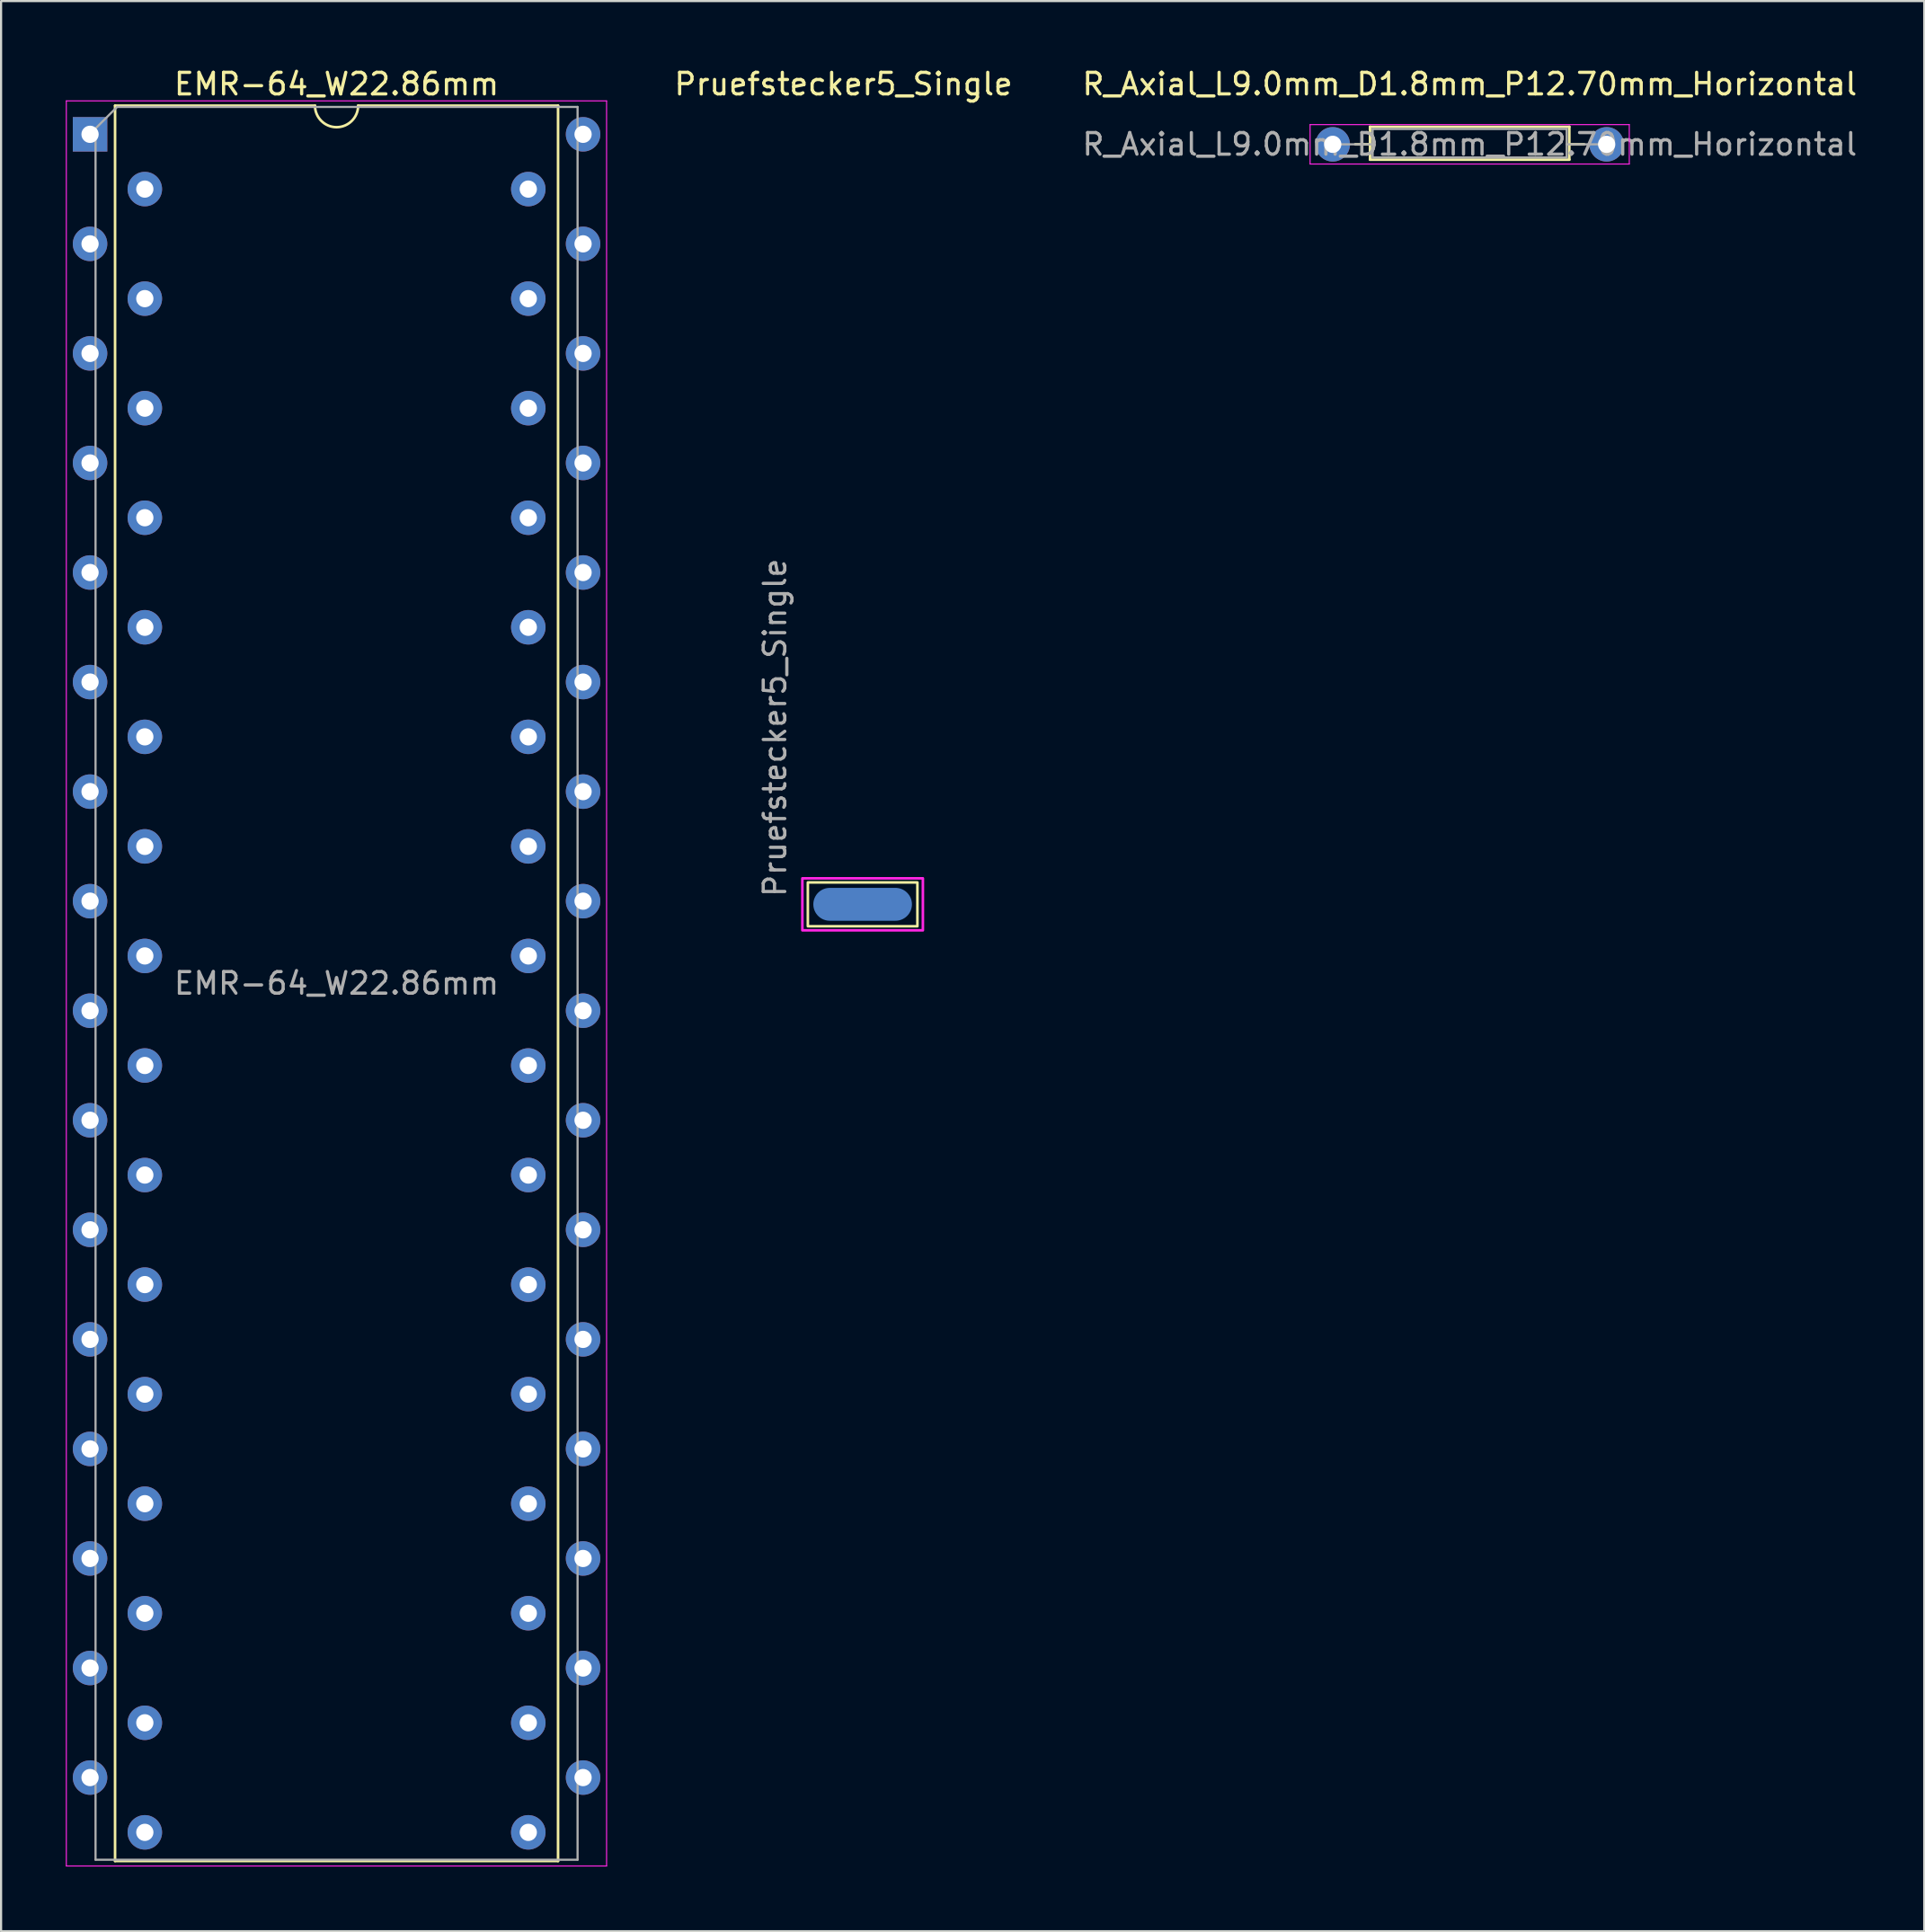
<source format=kicad_pcb>
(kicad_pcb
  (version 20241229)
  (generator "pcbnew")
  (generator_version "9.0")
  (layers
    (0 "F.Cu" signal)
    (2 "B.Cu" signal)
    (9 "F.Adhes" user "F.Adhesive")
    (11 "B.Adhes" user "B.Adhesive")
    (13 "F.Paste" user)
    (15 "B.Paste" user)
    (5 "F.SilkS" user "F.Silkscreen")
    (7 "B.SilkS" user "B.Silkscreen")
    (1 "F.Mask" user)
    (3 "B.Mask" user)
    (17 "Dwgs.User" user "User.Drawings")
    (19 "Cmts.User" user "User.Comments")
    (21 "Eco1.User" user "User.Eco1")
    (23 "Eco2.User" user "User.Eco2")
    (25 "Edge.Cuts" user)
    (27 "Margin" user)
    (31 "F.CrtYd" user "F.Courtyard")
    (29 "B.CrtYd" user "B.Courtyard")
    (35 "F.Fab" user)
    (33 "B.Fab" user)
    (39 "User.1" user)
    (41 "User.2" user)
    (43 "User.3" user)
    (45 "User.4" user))
  (footprint "Pruefstecker5_Single"
    (layer "F.Cu")
    (at 34.153 38.948)
    (property "Reference" "Pruefstecker5_Single" (at 1.905 -38.1 0) (unlocked yes) (layer "F.SilkS") (effects (font (size 1 1) (thickness 0.15))))
    (property "Value" "Pruefstecker5_Single" (at -1.27 8.89 90) (unlocked yes) (layer "F.Fab") (hide yes) (effects (font (size 1 1) (thickness 0.15))))
    (fp_rect (start 0.254 -1.079) (end 5.334 0.953) (stroke (width 0.12) (type solid)) (fill no) (layer "F.SilkS"))
    (fp_rect (start 0 -1.27) (end 5.588 1.143) (stroke (width 0.12) (type solid)) (fill no) (layer "F.CrtYd"))
    (fp_text user "${VALUE}" (at -1.27 -8.255 90) (unlocked yes) (layer "F.Fab") (effects (font (size 1 1) (thickness 0.15))))
    (pad "1" connect oval (at 2.794 -0.064) (size 4.572 1.524) (layers "B.Cu" "B.Mask")))
  (footprint "EMR-64_W22.86mm"
    (layer "F.Cu")
    (at 1.125 3.178)
    (property "Reference" "EMR-64_W22.86mm" (at 11.43 -2.33 0) (layer "F.SilkS") (effects (font (size 1 1) (thickness 0.15))))
    (attr through_hole)
    (fp_line (start 1.16 -1.33) (end 1.16 80.07) (stroke (width 0.12) (type solid)) (layer "F.SilkS"))
    (fp_line (start 1.16 80.07) (end 21.7 80.07) (stroke (width 0.12) (type solid)) (layer "F.SilkS"))
    (fp_line (start 10.43 -1.33) (end 1.16 -1.33) (stroke (width 0.12) (type solid)) (layer "F.SilkS"))
    (fp_line (start 21.7 -1.33) (end 12.43 -1.33) (stroke (width 0.12) (type solid)) (layer "F.SilkS"))
    (fp_line (start 21.7 80.07) (end 21.7 -1.33) (stroke (width 0.12) (type solid)) (layer "F.SilkS"))
    (fp_arc (start 12.43 -1.33) (mid 11.43 -0.33) (end 10.43 -1.33) (stroke (width 0.12) (type solid)) (layer "F.SilkS"))
    (fp_line (start -1.1 -1.55) (end -1.1 80.3) (stroke (width 0.05) (type solid)) (layer "F.CrtYd"))
    (fp_line (start -1.1 80.3) (end 23.95 80.3) (stroke (width 0.05) (type solid)) (layer "F.CrtYd"))
    (fp_line (start 23.95 -1.55) (end -1.1 -1.55) (stroke (width 0.05) (type solid)) (layer "F.CrtYd"))
    (fp_line (start 23.95 80.3) (end 23.95 -1.55) (stroke (width 0.05) (type solid)) (layer "F.CrtYd"))
    (fp_line (start 0.255 -0.27) (end 1.255 -1.27) (stroke (width 0.1) (type solid)) (layer "F.Fab"))
    (fp_line (start 0.255 80.01) (end 0.255 -0.27) (stroke (width 0.1) (type solid)) (layer "F.Fab"))
    (fp_line (start 1.255 -1.27) (end 22.605 -1.27) (stroke (width 0.1) (type solid)) (layer "F.Fab"))
    (fp_line (start 22.605 -1.27) (end 22.605 80.01) (stroke (width 0.1) (type solid)) (layer "F.Fab"))
    (fp_line (start 22.605 80.01) (end 0.255 80.01) (stroke (width 0.1) (type solid)) (layer "F.Fab"))
    (fp_text user "${REFERENCE}" (at 11.43 39.37 0) (layer "F.Fab") (effects (font (size 1 1) (thickness 0.15))))
    (pad "1" thru_hole rect (at 0 0) (size 1.6 1.6) (drill 0.8) (layers "*.Cu" "*.Mask"))
    (pad "2" thru_hole oval (at 2.54 2.54) (size 1.6 1.6) (drill 0.8) (layers "*.Cu" "*.Mask"))
    (pad "3" thru_hole oval (at 0 5.08) (size 1.6 1.6) (drill 0.8) (layers "*.Cu" "*.Mask"))
    (pad "4" thru_hole oval (at 2.54 7.62) (size 1.6 1.6) (drill 0.8) (layers "*.Cu" "*.Mask"))
    (pad "5" thru_hole oval (at 0 10.16) (size 1.6 1.6) (drill 0.8) (layers "*.Cu" "*.Mask"))
    (pad "6" thru_hole oval (at 2.54 12.7) (size 1.6 1.6) (drill 0.8) (layers "*.Cu" "*.Mask"))
    (pad "7" thru_hole oval (at 0 15.24) (size 1.6 1.6) (drill 0.8) (layers "*.Cu" "*.Mask"))
    (pad "8" thru_hole oval (at 2.54 17.78) (size 1.6 1.6) (drill 0.8) (layers "*.Cu" "*.Mask"))
    (pad "9" thru_hole oval (at 0 20.32) (size 1.6 1.6) (drill 0.8) (layers "*.Cu" "*.Mask"))
    (pad "10" thru_hole oval (at 2.54 22.86) (size 1.6 1.6) (drill 0.8) (layers "*.Cu" "*.Mask"))
    (pad "11" thru_hole oval (at 0 25.4) (size 1.6 1.6) (drill 0.8) (layers "*.Cu" "*.Mask"))
    (pad "12" thru_hole oval (at 2.54 27.94) (size 1.6 1.6) (drill 0.8) (layers "*.Cu" "*.Mask"))
    (pad "13" thru_hole oval (at 0 30.48) (size 1.6 1.6) (drill 0.8) (layers "*.Cu" "*.Mask"))
    (pad "14" thru_hole oval (at 2.54 33.02) (size 1.6 1.6) (drill 0.8) (layers "*.Cu" "*.Mask"))
    (pad "15" thru_hole oval (at 0 35.56) (size 1.6 1.6) (drill 0.8) (layers "*.Cu" "*.Mask"))
    (pad "16" thru_hole oval (at 2.54 38.1) (size 1.6 1.6) (drill 0.8) (layers "*.Cu" "*.Mask"))
    (pad "17" thru_hole oval (at 0 40.64) (size 1.6 1.6) (drill 0.8) (layers "*.Cu" "*.Mask"))
    (pad "18" thru_hole oval (at 2.54 43.18) (size 1.6 1.6) (drill 0.8) (layers "*.Cu" "*.Mask"))
    (pad "19" thru_hole oval (at 0 45.72) (size 1.6 1.6) (drill 0.8) (layers "*.Cu" "*.Mask"))
    (pad "20" thru_hole oval (at 2.54 48.26) (size 1.6 1.6) (drill 0.8) (layers "*.Cu" "*.Mask"))
    (pad "21" thru_hole oval (at 0 50.8) (size 1.6 1.6) (drill 0.8) (layers "*.Cu" "*.Mask"))
    (pad "22" thru_hole oval (at 2.54 53.34) (size 1.6 1.6) (drill 0.8) (layers "*.Cu" "*.Mask"))
    (pad "23" thru_hole oval (at 0 55.88) (size 1.6 1.6) (drill 0.8) (layers "*.Cu" "*.Mask"))
    (pad "24" thru_hole oval (at 2.54 58.42) (size 1.6 1.6) (drill 0.8) (layers "*.Cu" "*.Mask"))
    (pad "25" thru_hole oval (at 0 60.96) (size 1.6 1.6) (drill 0.8) (layers "*.Cu" "*.Mask"))
    (pad "26" thru_hole oval (at 2.54 63.5) (size 1.6 1.6) (drill 0.8) (layers "*.Cu" "*.Mask"))
    (pad "27" thru_hole oval (at 0 66.04) (size 1.6 1.6) (drill 0.8) (layers "*.Cu" "*.Mask"))
    (pad "28" thru_hole oval (at 2.54 68.58) (size 1.6 1.6) (drill 0.8) (layers "*.Cu" "*.Mask"))
    (pad "29" thru_hole oval (at 0 71.12) (size 1.6 1.6) (drill 0.8) (layers "*.Cu" "*.Mask"))
    (pad "30" thru_hole oval (at 2.54 73.66) (size 1.6 1.6) (drill 0.8) (layers "*.Cu" "*.Mask"))
    (pad "31" thru_hole oval (at 0 76.2) (size 1.6 1.6) (drill 0.8) (layers "*.Cu" "*.Mask"))
    (pad "32" thru_hole oval (at 2.54 78.74) (size 1.6 1.6) (drill 0.8) (layers "*.Cu" "*.Mask"))
    (pad "33" thru_hole oval (at 20.32 78.74) (size 1.6 1.6) (drill 0.8) (layers "*.Cu" "*.Mask"))
    (pad "34" thru_hole oval (at 22.86 76.2) (size 1.6 1.6) (drill 0.8) (layers "*.Cu" "*.Mask"))
    (pad "35" thru_hole oval (at 20.32 73.66) (size 1.6 1.6) (drill 0.8) (layers "*.Cu" "*.Mask"))
    (pad "36" thru_hole oval (at 22.86 71.12) (size 1.6 1.6) (drill 0.8) (layers "*.Cu" "*.Mask"))
    (pad "37" thru_hole oval (at 20.32 68.58) (size 1.6 1.6) (drill 0.8) (layers "*.Cu" "*.Mask"))
    (pad "38" thru_hole oval (at 22.86 66.04) (size 1.6 1.6) (drill 0.8) (layers "*.Cu" "*.Mask"))
    (pad "39" thru_hole oval (at 20.32 63.5) (size 1.6 1.6) (drill 0.8) (layers "*.Cu" "*.Mask"))
    (pad "40" thru_hole oval (at 22.86 60.96) (size 1.6 1.6) (drill 0.8) (layers "*.Cu" "*.Mask"))
    (pad "41" thru_hole oval (at 20.32 58.42) (size 1.6 1.6) (drill 0.8) (layers "*.Cu" "*.Mask"))
    (pad "42" thru_hole oval (at 22.86 55.88) (size 1.6 1.6) (drill 0.8) (layers "*.Cu" "*.Mask"))
    (pad "43" thru_hole oval (at 20.32 53.34) (size 1.6 1.6) (drill 0.8) (layers "*.Cu" "*.Mask"))
    (pad "44" thru_hole oval (at 22.86 50.8) (size 1.6 1.6) (drill 0.8) (layers "*.Cu" "*.Mask"))
    (pad "45" thru_hole oval (at 20.32 48.26) (size 1.6 1.6) (drill 0.8) (layers "*.Cu" "*.Mask"))
    (pad "46" thru_hole oval (at 22.86 45.72) (size 1.6 1.6) (drill 0.8) (layers "*.Cu" "*.Mask"))
    (pad "47" thru_hole oval (at 20.32 43.18) (size 1.6 1.6) (drill 0.8) (layers "*.Cu" "*.Mask"))
    (pad "48" thru_hole oval (at 22.86 40.64) (size 1.6 1.6) (drill 0.8) (layers "*.Cu" "*.Mask"))
    (pad "49" thru_hole oval (at 20.32 38.1) (size 1.6 1.6) (drill 0.8) (layers "*.Cu" "*.Mask"))
    (pad "50" thru_hole oval (at 22.86 35.56) (size 1.6 1.6) (drill 0.8) (layers "*.Cu" "*.Mask"))
    (pad "51" thru_hole oval (at 20.32 33.02) (size 1.6 1.6) (drill 0.8) (layers "*.Cu" "*.Mask"))
    (pad "52" thru_hole oval (at 22.86 30.48) (size 1.6 1.6) (drill 0.8) (layers "*.Cu" "*.Mask"))
    (pad "53" thru_hole oval (at 20.32 27.94) (size 1.6 1.6) (drill 0.8) (layers "*.Cu" "*.Mask"))
    (pad "54" thru_hole oval (at 22.86 25.4) (size 1.6 1.6) (drill 0.8) (layers "*.Cu" "*.Mask"))
    (pad "55" thru_hole oval (at 20.32 22.86) (size 1.6 1.6) (drill 0.8) (layers "*.Cu" "*.Mask"))
    (pad "56" thru_hole oval (at 22.86 20.32) (size 1.6 1.6) (drill 0.8) (layers "*.Cu" "*.Mask"))
    (pad "57" thru_hole oval (at 20.32 17.78) (size 1.6 1.6) (drill 0.8) (layers "*.Cu" "*.Mask"))
    (pad "58" thru_hole oval (at 22.86 15.24) (size 1.6 1.6) (drill 0.8) (layers "*.Cu" "*.Mask"))
    (pad "59" thru_hole oval (at 20.32 12.7) (size 1.6 1.6) (drill 0.8) (layers "*.Cu" "*.Mask"))
    (pad "60" thru_hole oval (at 22.86 10.16) (size 1.6 1.6) (drill 0.8) (layers "*.Cu" "*.Mask"))
    (pad "61" thru_hole oval (at 20.32 7.62) (size 1.6 1.6) (drill 0.8) (layers "*.Cu" "*.Mask"))
    (pad "62" thru_hole oval (at 22.86 5.08) (size 1.6 1.6) (drill 0.8) (layers "*.Cu" "*.Mask"))
    (pad "63" thru_hole oval (at 20.32 2.54) (size 1.6 1.6) (drill 0.8) (layers "*.Cu" "*.Mask"))
    (pad "64" thru_hole oval (at 22.86 0) (size 1.6 1.6) (drill 0.8) (layers "*.Cu" "*.Mask")))
  (footprint "R_Axial_L9.0mm_D1.8mm_P12.70mm_Horizontal"
    (layer "F.Cu")
    (at 58.744 3.642)
    (property "Reference" "R_Axial_L9.0mm_D1.8mm_P12.70mm_Horizontal" (at 6.35 -2.794 0) (layer "F.SilkS") (effects (font (size 1 1) (thickness 0.15))))
    (attr through_hole)
    (fp_line (start 1.04 0) (end 1.73 0) (stroke (width 0.12) (type solid)) (layer "F.SilkS"))
    (fp_line (start 1.73 -0.813) (end 1.73 0.711) (stroke (width 0.12) (type solid)) (layer "F.SilkS"))
    (fp_line (start 1.73 0.711) (end 10.97 0.711) (stroke (width 0.12) (type solid)) (layer "F.SilkS"))
    (fp_line (start 10.97 -0.813) (end 1.73 -0.813) (stroke (width 0.12) (type solid)) (layer "F.SilkS"))
    (fp_line (start 10.97 0.711) (end 10.97 -0.813) (stroke (width 0.12) (type solid)) (layer "F.SilkS"))
    (fp_line (start 11.66 0) (end 10.97 0) (stroke (width 0.12) (type solid)) (layer "F.SilkS"))
    (fp_line (start -1.05 -0.914) (end -1.05 0.914) (stroke (width 0.05) (type solid)) (layer "F.CrtYd"))
    (fp_line (start -1.05 0.914) (end 13.75 0.914) (stroke (width 0.05) (type solid)) (layer "F.CrtYd"))
    (fp_line (start 13.75 -0.914) (end -1.05 -0.914) (stroke (width 0.05) (type solid)) (layer "F.CrtYd"))
    (fp_line (start 13.75 0.914) (end 13.75 -0.914) (stroke (width 0.05) (type solid)) (layer "F.CrtYd"))
    (fp_line (start 0 0) (end 1.85 0) (stroke (width 0.1) (type solid)) (layer "F.Fab"))
    (fp_line (start 1.85 -0.711) (end 1.85 0.61) (stroke (width 0.1) (type solid)) (layer "F.Fab"))
    (fp_line (start 1.85 0.61) (end 10.85 0.61) (stroke (width 0.1) (type solid)) (layer "F.Fab"))
    (fp_line (start 10.85 -0.711) (end 1.85 -0.711) (stroke (width 0.1) (type solid)) (layer "F.Fab"))
    (fp_line (start 10.85 0.61) (end 10.85 -0.711) (stroke (width 0.1) (type solid)) (layer "F.Fab"))
    (fp_line (start 12.7 0) (end 10.85 0) (stroke (width 0.1) (type solid)) (layer "F.Fab"))
    (fp_text user "${REFERENCE}" (at 6.35 0 0) (layer "F.Fab") (effects (font (size 1 1) (thickness 0.15))))
    (pad "1" thru_hole circle (at 0 0) (size 1.6 1.6) (drill 0.8) (layers "*.Cu" "*.Mask"))
    (pad "2" thru_hole oval (at 12.7 0) (size 1.6 1.6) (drill 0.8) (layers "*.Cu" "*.Mask")))
  (gr_rect
    (start -3 -3)
    (end 86.171 86.503)
    (stroke (width 0.1) (type default))
    (fill no)
    (layer "Edge.Cuts")))
</source>
